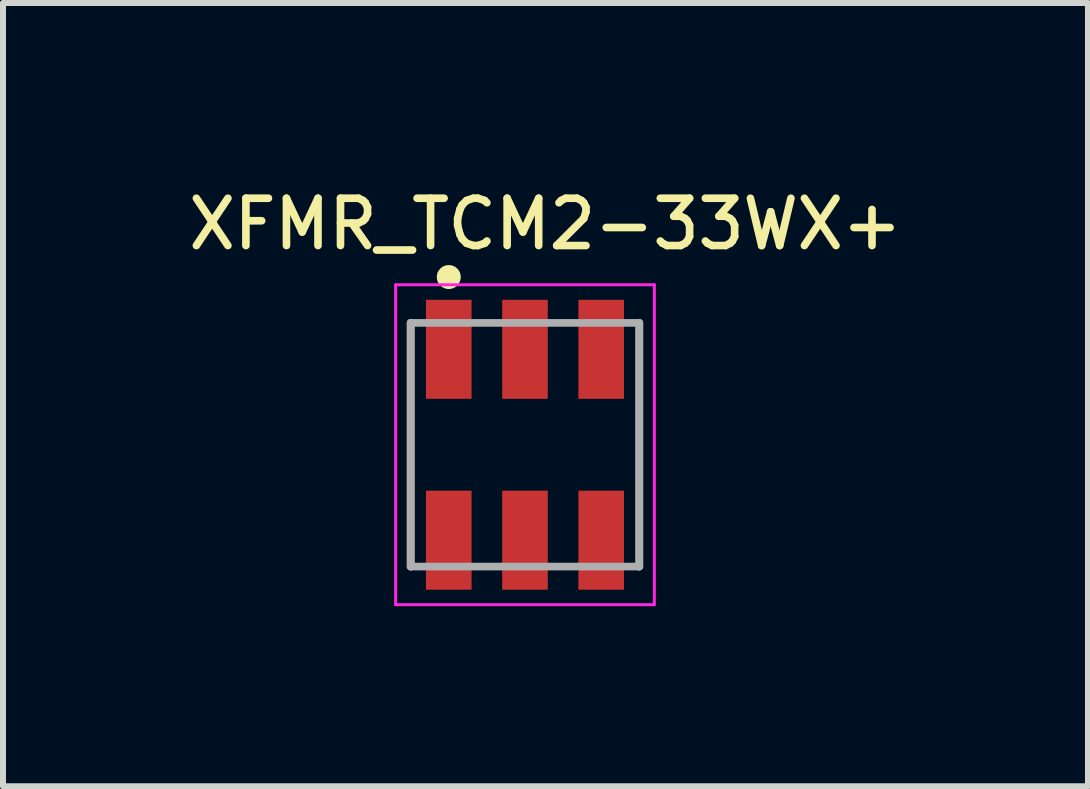
<source format=kicad_pcb>
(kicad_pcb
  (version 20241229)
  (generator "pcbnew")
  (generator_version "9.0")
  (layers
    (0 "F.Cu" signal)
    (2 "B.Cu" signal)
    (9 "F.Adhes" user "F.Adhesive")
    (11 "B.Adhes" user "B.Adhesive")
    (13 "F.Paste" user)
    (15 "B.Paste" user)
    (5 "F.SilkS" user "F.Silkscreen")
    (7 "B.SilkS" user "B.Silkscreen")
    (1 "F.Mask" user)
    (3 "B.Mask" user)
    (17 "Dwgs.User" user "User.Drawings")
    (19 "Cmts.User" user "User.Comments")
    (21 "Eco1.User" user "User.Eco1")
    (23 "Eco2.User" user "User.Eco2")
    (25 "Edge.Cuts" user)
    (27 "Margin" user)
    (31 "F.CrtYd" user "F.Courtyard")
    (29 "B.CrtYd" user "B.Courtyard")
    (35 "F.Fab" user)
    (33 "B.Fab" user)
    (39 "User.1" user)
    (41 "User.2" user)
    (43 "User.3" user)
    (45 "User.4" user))
  (footprint "XFMR_TCM2-33WX+"
    (layer "F.Cu")
    (at 5.697 4.36)
    (property "Reference" "XFMR_TCM2-33WX+" (at 0.341 -3.677 0) (layer "F.SilkS") (effects (font (size 0.788 0.788) (thickness 0.127))))
    (attr through_hole)
    (fp_line (start -1.905 -2.03) (end -1.905 2.03) (stroke (width 0.127) (type solid)) (layer "F.SilkS"))
    (fp_line (start 1.905 -2.03) (end 1.905 2.03) (stroke (width 0.127) (type solid)) (layer "F.SilkS"))
    (fp_circle (center -1.27 -2.794) (end -1.17 -2.794) (stroke (width 0.2) (type solid)) (fill no) (layer "F.SilkS"))
    (fp_line (start -2.155 -2.665) (end 2.155 -2.665) (stroke (width 0.05) (type solid)) (layer "F.CrtYd"))
    (fp_line (start -2.155 2.665) (end -2.155 -2.665) (stroke (width 0.05) (type solid)) (layer "F.CrtYd"))
    (fp_line (start 2.155 -2.665) (end 2.155 2.665) (stroke (width 0.05) (type solid)) (layer "F.CrtYd"))
    (fp_line (start 2.155 2.665) (end -2.155 2.665) (stroke (width 0.05) (type solid)) (layer "F.CrtYd"))
    (fp_line (start -1.905 -2.03) (end 1.905 -2.03) (stroke (width 0.127) (type solid)) (layer "F.Fab"))
    (fp_line (start -1.905 2.03) (end -1.905 -2.03) (stroke (width 0.127) (type solid)) (layer "F.Fab"))
    (fp_line (start 1.905 -2.03) (end 1.905 2.03) (stroke (width 0.127) (type solid)) (layer "F.Fab"))
    (fp_line (start 1.905 2.03) (end -1.905 2.03) (stroke (width 0.127) (type solid)) (layer "F.Fab"))
    (pad "1" smd rect (at -1.27 -1.59) (size 0.76 1.65) (layers "F.Cu" "F.Mask" "F.Paste"))
    (pad "2" smd rect (at 0 -1.59) (size 0.76 1.65) (layers "F.Cu" "F.Mask" "F.Paste"))
    (pad "3" smd rect (at 1.27 -1.59) (size 0.76 1.65) (layers "F.Cu" "F.Mask" "F.Paste"))
    (pad "4" smd rect (at 1.27 1.59) (size 0.76 1.65) (layers "F.Cu" "F.Mask" "F.Paste"))
    (pad "5" smd rect (at 0 1.59) (size 0.76 1.65) (layers "F.Cu" "F.Mask" "F.Paste"))
    (pad "6" smd rect (at -1.27 1.59) (size 0.76 1.65) (layers "F.Cu" "F.Mask" "F.Paste")))
  (gr_rect
    (start -3 -3)
    (end 15.077 10.05)
    (stroke (width 0.1) (type default))
    (fill no)
    (layer "Edge.Cuts")))
</source>
